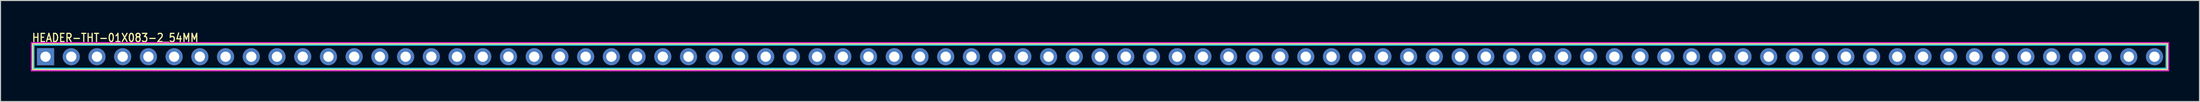
<source format=kicad_pcb>
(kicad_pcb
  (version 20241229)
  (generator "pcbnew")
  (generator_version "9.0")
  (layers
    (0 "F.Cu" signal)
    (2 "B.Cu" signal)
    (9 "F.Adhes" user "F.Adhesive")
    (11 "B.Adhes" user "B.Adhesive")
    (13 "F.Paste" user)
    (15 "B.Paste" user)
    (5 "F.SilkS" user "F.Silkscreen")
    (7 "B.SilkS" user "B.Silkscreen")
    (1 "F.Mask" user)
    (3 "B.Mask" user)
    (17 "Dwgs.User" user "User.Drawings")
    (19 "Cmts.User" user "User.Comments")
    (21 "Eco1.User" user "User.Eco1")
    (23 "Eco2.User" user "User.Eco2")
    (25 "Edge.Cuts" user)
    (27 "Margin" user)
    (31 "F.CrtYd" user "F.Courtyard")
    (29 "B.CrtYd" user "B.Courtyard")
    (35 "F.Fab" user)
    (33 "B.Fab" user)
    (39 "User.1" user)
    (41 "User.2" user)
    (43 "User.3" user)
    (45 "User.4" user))
  (footprint "HEADER-THT-01X083-2_54MM"
    (layer "F.Cu")
    (at 1.447 2.579)
    (property "Reference" "HEADER-THT-01X083-2_54MM" (at -1.4 -1.4 0) (unlocked yes) (layer "F.SilkS") (effects (font (size 0.813 0.695) (thickness 0.122)) (justify left bottom)))
    (fp_line (start -1.27 -1.27) (end -1.27 1.27) (stroke (width 0.127) (type solid)) (layer "F.SilkS"))
    (fp_line (start -1.27 1.27) (end 209.55 1.27) (stroke (width 0.127) (type solid)) (layer "F.SilkS"))
    (fp_line (start 209.55 -1.27) (end -1.27 -1.27) (stroke (width 0.127) (type solid)) (layer "F.SilkS"))
    (fp_line (start 209.55 1.27) (end 209.55 -1.27) (stroke (width 0.127) (type solid)) (layer "F.SilkS"))
    (fp_poly (pts (xy -1.143 -1.143) (xy 209.423 -1.143) (xy 209.423 1.143) (xy -1.143 1.143)) (stroke (width 0.1) (type solid)) (fill no) (layer "B.CrtYd"))
    (fp_poly (pts (xy -1.397 -1.397) (xy 209.677 -1.397) (xy 209.677 1.397) (xy -1.397 1.397)) (stroke (width 0.1) (type solid)) (fill no) (layer "F.CrtYd"))
    (pad "P$1" thru_hole rect (at 0 0) (size 1.693 1.693) (drill 1.016) (layers "*.Cu" "*.Mask"))
    (pad "P$2" thru_hole oval (at 2.54 0) (size 1.693 1.693) (drill 1.016) (layers "*.Cu" "*.Mask"))
    (pad "P$3" thru_hole oval (at 5.08 0) (size 1.693 1.693) (drill 1.016) (layers "*.Cu" "*.Mask"))
    (pad "P$4" thru_hole oval (at 7.62 0) (size 1.693 1.693) (drill 1.016) (layers "*.Cu" "*.Mask"))
    (pad "P$5" thru_hole oval (at 10.16 0) (size 1.693 1.693) (drill 1.016) (layers "*.Cu" "*.Mask"))
    (pad "P$6" thru_hole oval (at 12.7 0) (size 1.693 1.693) (drill 1.016) (layers "*.Cu" "*.Mask"))
    (pad "P$7" thru_hole oval (at 15.24 0) (size 1.693 1.693) (drill 1.016) (layers "*.Cu" "*.Mask"))
    (pad "P$8" thru_hole oval (at 17.78 0) (size 1.693 1.693) (drill 1.016) (layers "*.Cu" "*.Mask"))
    (pad "P$9" thru_hole oval (at 20.32 0) (size 1.693 1.693) (drill 1.016) (layers "*.Cu" "*.Mask"))
    (pad "P$10" thru_hole oval (at 22.86 0) (size 1.693 1.693) (drill 1.016) (layers "*.Cu" "*.Mask"))
    (pad "P$11" thru_hole oval (at 25.4 0) (size 1.693 1.693) (drill 1.016) (layers "*.Cu" "*.Mask"))
    (pad "P$12" thru_hole oval (at 27.94 0) (size 1.693 1.693) (drill 1.016) (layers "*.Cu" "*.Mask"))
    (pad "P$13" thru_hole oval (at 30.48 0) (size 1.693 1.693) (drill 1.016) (layers "*.Cu" "*.Mask"))
    (pad "P$14" thru_hole oval (at 33.02 0) (size 1.693 1.693) (drill 1.016) (layers "*.Cu" "*.Mask"))
    (pad "P$15" thru_hole oval (at 35.56 0) (size 1.693 1.693) (drill 1.016) (layers "*.Cu" "*.Mask"))
    (pad "P$16" thru_hole oval (at 38.1 0) (size 1.693 1.693) (drill 1.016) (layers "*.Cu" "*.Mask"))
    (pad "P$17" thru_hole oval (at 40.64 0) (size 1.693 1.693) (drill 1.016) (layers "*.Cu" "*.Mask"))
    (pad "P$18" thru_hole oval (at 43.18 0) (size 1.693 1.693) (drill 1.016) (layers "*.Cu" "*.Mask"))
    (pad "P$19" thru_hole oval (at 45.72 0) (size 1.693 1.693) (drill 1.016) (layers "*.Cu" "*.Mask"))
    (pad "P$20" thru_hole oval (at 48.26 0) (size 1.693 1.693) (drill 1.016) (layers "*.Cu" "*.Mask"))
    (pad "P$21" thru_hole oval (at 50.8 0) (size 1.693 1.693) (drill 1.016) (layers "*.Cu" "*.Mask"))
    (pad "P$22" thru_hole oval (at 53.34 0) (size 1.693 1.693) (drill 1.016) (layers "*.Cu" "*.Mask"))
    (pad "P$23" thru_hole oval (at 55.88 0) (size 1.693 1.693) (drill 1.016) (layers "*.Cu" "*.Mask"))
    (pad "P$24" thru_hole oval (at 58.42 0) (size 1.693 1.693) (drill 1.016) (layers "*.Cu" "*.Mask"))
    (pad "P$25" thru_hole oval (at 60.96 0) (size 1.693 1.693) (drill 1.016) (layers "*.Cu" "*.Mask"))
    (pad "P$26" thru_hole oval (at 63.5 0) (size 1.693 1.693) (drill 1.016) (layers "*.Cu" "*.Mask"))
    (pad "P$27" thru_hole oval (at 66.04 0) (size 1.693 1.693) (drill 1.016) (layers "*.Cu" "*.Mask"))
    (pad "P$28" thru_hole oval (at 68.58 0) (size 1.693 1.693) (drill 1.016) (layers "*.Cu" "*.Mask"))
    (pad "P$29" thru_hole oval (at 71.12 0) (size 1.693 1.693) (drill 1.016) (layers "*.Cu" "*.Mask"))
    (pad "P$30" thru_hole oval (at 73.66 0) (size 1.693 1.693) (drill 1.016) (layers "*.Cu" "*.Mask"))
    (pad "P$31" thru_hole oval (at 76.2 0) (size 1.693 1.693) (drill 1.016) (layers "*.Cu" "*.Mask"))
    (pad "P$32" thru_hole oval (at 78.74 0) (size 1.693 1.693) (drill 1.016) (layers "*.Cu" "*.Mask"))
    (pad "P$33" thru_hole oval (at 81.28 0) (size 1.693 1.693) (drill 1.016) (layers "*.Cu" "*.Mask"))
    (pad "P$34" thru_hole oval (at 83.82 0) (size 1.693 1.693) (drill 1.016) (layers "*.Cu" "*.Mask"))
    (pad "P$35" thru_hole oval (at 86.36 0) (size 1.693 1.693) (drill 1.016) (layers "*.Cu" "*.Mask"))
    (pad "P$36" thru_hole oval (at 88.9 0) (size 1.693 1.693) (drill 1.016) (layers "*.Cu" "*.Mask"))
    (pad "P$37" thru_hole oval (at 91.44 0) (size 1.693 1.693) (drill 1.016) (layers "*.Cu" "*.Mask"))
    (pad "P$38" thru_hole oval (at 93.98 0) (size 1.693 1.693) (drill 1.016) (layers "*.Cu" "*.Mask"))
    (pad "P$39" thru_hole oval (at 96.52 0) (size 1.693 1.693) (drill 1.016) (layers "*.Cu" "*.Mask"))
    (pad "P$40" thru_hole oval (at 99.06 0) (size 1.693 1.693) (drill 1.016) (layers "*.Cu" "*.Mask"))
    (pad "P$41" thru_hole oval (at 101.6 0) (size 1.693 1.693) (drill 1.016) (layers "*.Cu" "*.Mask"))
    (pad "P$42" thru_hole oval (at 104.14 0) (size 1.693 1.693) (drill 1.016) (layers "*.Cu" "*.Mask"))
    (pad "P$43" thru_hole oval (at 106.68 0) (size 1.693 1.693) (drill 1.016) (layers "*.Cu" "*.Mask"))
    (pad "P$44" thru_hole oval (at 109.22 0) (size 1.693 1.693) (drill 1.016) (layers "*.Cu" "*.Mask"))
    (pad "P$45" thru_hole oval (at 111.76 0) (size 1.693 1.693) (drill 1.016) (layers "*.Cu" "*.Mask"))
    (pad "P$46" thru_hole oval (at 114.3 0) (size 1.693 1.693) (drill 1.016) (layers "*.Cu" "*.Mask"))
    (pad "P$47" thru_hole oval (at 116.84 0) (size 1.693 1.693) (drill 1.016) (layers "*.Cu" "*.Mask"))
    (pad "P$48" thru_hole oval (at 119.38 0) (size 1.693 1.693) (drill 1.016) (layers "*.Cu" "*.Mask"))
    (pad "P$49" thru_hole oval (at 121.92 0) (size 1.693 1.693) (drill 1.016) (layers "*.Cu" "*.Mask"))
    (pad "P$50" thru_hole oval (at 124.46 0) (size 1.693 1.693) (drill 1.016) (layers "*.Cu" "*.Mask"))
    (pad "P$51" thru_hole oval (at 127 0) (size 1.693 1.693) (drill 1.016) (layers "*.Cu" "*.Mask"))
    (pad "P$52" thru_hole oval (at 129.54 0) (size 1.693 1.693) (drill 1.016) (layers "*.Cu" "*.Mask"))
    (pad "P$53" thru_hole oval (at 132.08 0) (size 1.693 1.693) (drill 1.016) (layers "*.Cu" "*.Mask"))
    (pad "P$54" thru_hole oval (at 134.62 0) (size 1.693 1.693) (drill 1.016) (layers "*.Cu" "*.Mask"))
    (pad "P$55" thru_hole oval (at 137.16 0) (size 1.693 1.693) (drill 1.016) (layers "*.Cu" "*.Mask"))
    (pad "P$56" thru_hole oval (at 139.7 0) (size 1.693 1.693) (drill 1.016) (layers "*.Cu" "*.Mask"))
    (pad "P$57" thru_hole oval (at 142.24 0) (size 1.693 1.693) (drill 1.016) (layers "*.Cu" "*.Mask"))
    (pad "P$58" thru_hole oval (at 144.78 0) (size 1.693 1.693) (drill 1.016) (layers "*.Cu" "*.Mask"))
    (pad "P$59" thru_hole oval (at 147.32 0) (size 1.693 1.693) (drill 1.016) (layers "*.Cu" "*.Mask"))
    (pad "P$60" thru_hole oval (at 149.86 0) (size 1.693 1.693) (drill 1.016) (layers "*.Cu" "*.Mask"))
    (pad "P$61" thru_hole oval (at 152.4 0) (size 1.693 1.693) (drill 1.016) (layers "*.Cu" "*.Mask"))
    (pad "P$62" thru_hole oval (at 154.94 0) (size 1.693 1.693) (drill 1.016) (layers "*.Cu" "*.Mask"))
    (pad "P$63" thru_hole oval (at 157.48 0) (size 1.693 1.693) (drill 1.016) (layers "*.Cu" "*.Mask"))
    (pad "P$64" thru_hole oval (at 160.02 0) (size 1.693 1.693) (drill 1.016) (layers "*.Cu" "*.Mask"))
    (pad "P$65" thru_hole oval (at 162.56 0) (size 1.693 1.693) (drill 1.016) (layers "*.Cu" "*.Mask"))
    (pad "P$66" thru_hole oval (at 165.1 0) (size 1.693 1.693) (drill 1.016) (layers "*.Cu" "*.Mask"))
    (pad "P$67" thru_hole oval (at 167.64 0) (size 1.693 1.693) (drill 1.016) (layers "*.Cu" "*.Mask"))
    (pad "P$68" thru_hole oval (at 170.18 0) (size 1.693 1.693) (drill 1.016) (layers "*.Cu" "*.Mask"))
    (pad "P$69" thru_hole oval (at 172.72 0) (size 1.693 1.693) (drill 1.016) (layers "*.Cu" "*.Mask"))
    (pad "P$70" thru_hole oval (at 175.26 0) (size 1.693 1.693) (drill 1.016) (layers "*.Cu" "*.Mask"))
    (pad "P$71" thru_hole oval (at 177.8 0) (size 1.693 1.693) (drill 1.016) (layers "*.Cu" "*.Mask"))
    (pad "P$72" thru_hole oval (at 180.34 0) (size 1.693 1.693) (drill 1.016) (layers "*.Cu" "*.Mask"))
    (pad "P$73" thru_hole oval (at 182.88 0) (size 1.693 1.693) (drill 1.016) (layers "*.Cu" "*.Mask"))
    (pad "P$74" thru_hole oval (at 185.42 0) (size 1.693 1.693) (drill 1.016) (layers "*.Cu" "*.Mask"))
    (pad "P$75" thru_hole oval (at 187.96 0) (size 1.693 1.693) (drill 1.016) (layers "*.Cu" "*.Mask"))
    (pad "P$76" thru_hole oval (at 190.5 0) (size 1.693 1.693) (drill 1.016) (layers "*.Cu" "*.Mask"))
    (pad "P$77" thru_hole oval (at 193.04 0) (size 1.693 1.693) (drill 1.016) (layers "*.Cu" "*.Mask"))
    (pad "P$78" thru_hole oval (at 195.58 0) (size 1.693 1.693) (drill 1.016) (layers "*.Cu" "*.Mask"))
    (pad "P$79" thru_hole oval (at 198.12 0) (size 1.693 1.693) (drill 1.016) (layers "*.Cu" "*.Mask"))
    (pad "P$80" thru_hole oval (at 200.66 0) (size 1.693 1.693) (drill 1.016) (layers "*.Cu" "*.Mask"))
    (pad "P$81" thru_hole oval (at 203.2 0) (size 1.693 1.693) (drill 1.016) (layers "*.Cu" "*.Mask"))
    (pad "P$82" thru_hole oval (at 205.74 0) (size 1.693 1.693) (drill 1.016) (layers "*.Cu" "*.Mask"))
    (pad "P$83" thru_hole oval (at 208.28 0) (size 1.693 1.693) (drill 1.016) (layers "*.Cu" "*.Mask")))
  (gr_rect
    (start -3 -3)
    (end 214.174 7.026)
    (stroke (width 0.1) (type default))
    (fill no)
    (layer "Edge.Cuts")))
</source>
